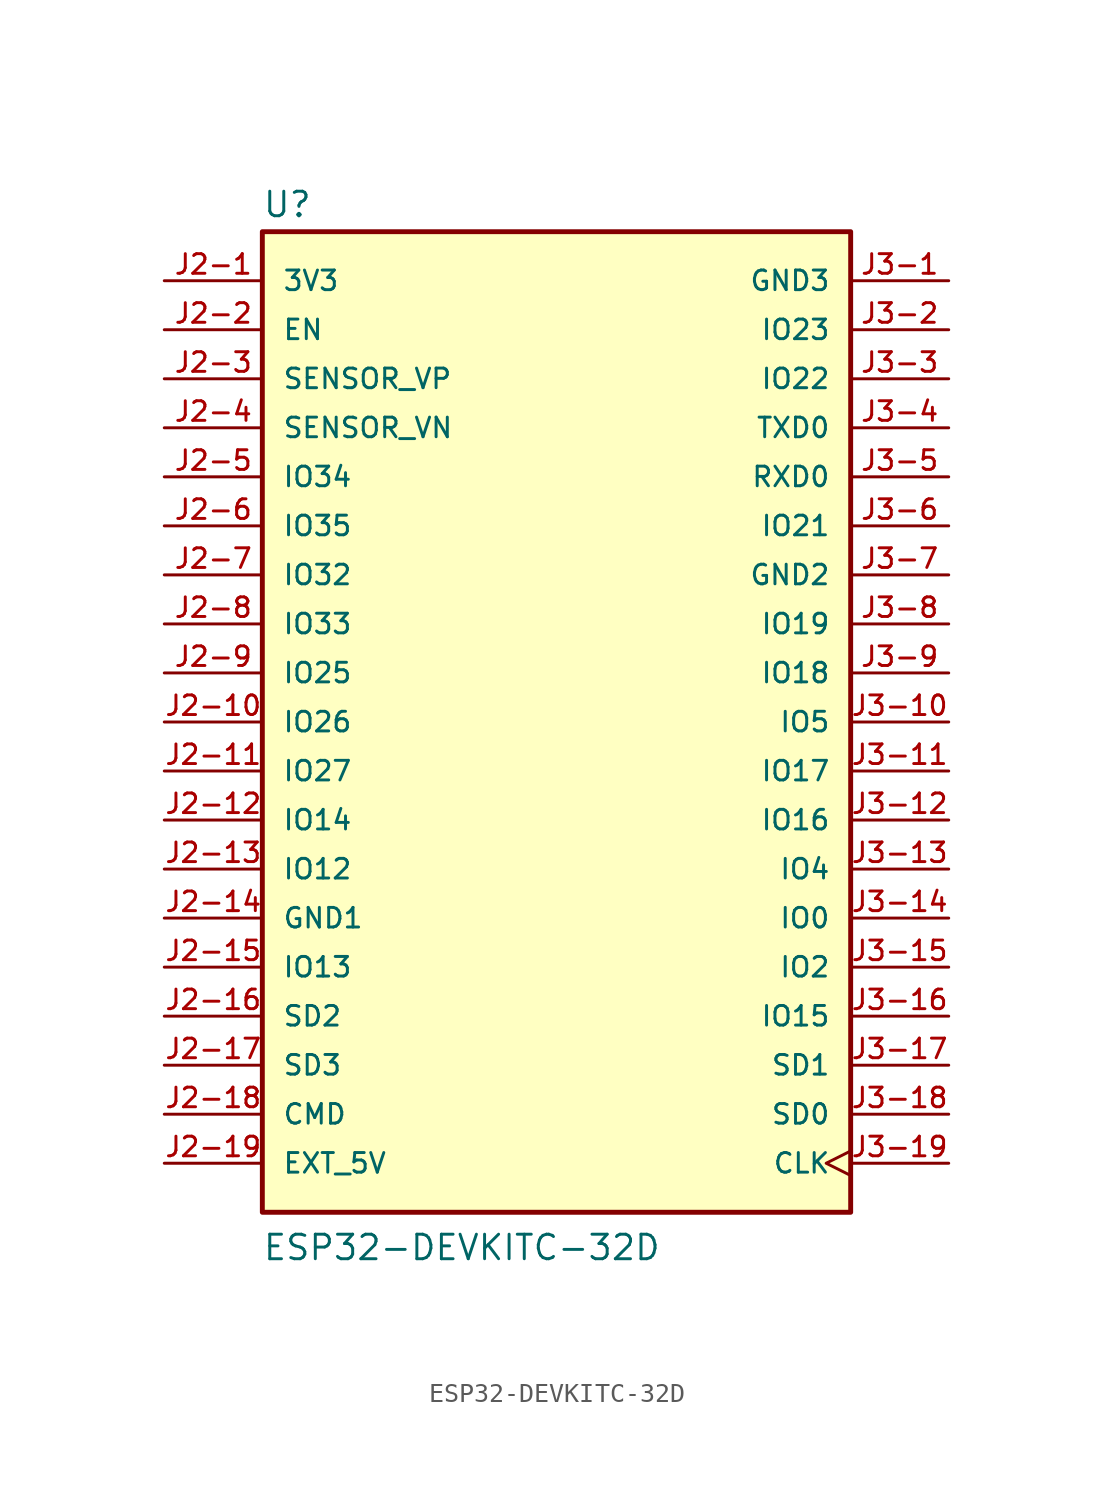
<source format=kicad_sym>
(kicad_symbol_lib
  (version 20231120)
  (generator "kicad_symbol_editor")
  (generator_version "8.0")
  (symbol "ESP32-DEVKITC-32D"
    (pin_names
      (offset 1.016))
    (property "Reference" "U"
      (at -15.257 26.064 0)
      (effects (font (size 1.27 1.27)) (justify left bottom)))
    (property "Value" "ESP32-DEVKITC-32D"
      (at -15.256 -27.97 0)
      (effects (font (size 1.27 1.27)) (justify left bottom)))
    (symbol "ESP32-DEVKITC-32D_0_0"
      (rectangle (start -15.24 25.4) (end 15.24 -25.4) (stroke (width 0.254) (type default)) (fill (type background)))
      (pin bidirectional line (at -20.32 0 0) (length 5.08) (name "IO26" (effects (font (size 1.016 1.016)))) (number "J2-10" (effects (font (size 1.016 1.016)))))
      (pin bidirectional line (at -20.32 -2.54 0) (length 5.08) (name "IO27" (effects (font (size 1.016 1.016)))) (number "J2-11" (effects (font (size 1.016 1.016)))))
      (pin bidirectional line (at -20.32 -5.08 0) (length 5.08) (name "IO14" (effects (font (size 1.016 1.016)))) (number "J2-12" (effects (font (size 1.016 1.016)))))
      (pin bidirectional line (at -20.32 -7.62 0) (length 5.08) (name "IO12" (effects (font (size 1.016 1.016)))) (number "J2-13" (effects (font (size 1.016 1.016)))))
      (pin bidirectional line (at -20.32 -12.7 0) (length 5.08) (name "IO13" (effects (font (size 1.016 1.016)))) (number "J2-15" (effects (font (size 1.016 1.016)))))
      (pin power_in line (at -20.32 -22.86 0) (length 5.08) (name "EXT_5V" (effects (font (size 1.016 1.016)))) (number "J2-19" (effects (font (size 1.016 1.016)))))
      (pin input line (at -20.32 20.32 0) (length 5.08) (name "EN" (effects (font (size 1.016 1.016)))) (number "J2-2" (effects (font (size 1.016 1.016)))))
      (pin input line (at -20.32 17.78 0) (length 5.08) (name "SENSOR_VP" (effects (font (size 1.016 1.016)))) (number "J2-3" (effects (font (size 1.016 1.016)))))
      (pin input line (at -20.32 15.24 0) (length 5.08) (name "SENSOR_VN" (effects (font (size 1.016 1.016)))) (number "J2-4" (effects (font (size 1.016 1.016)))))
      (pin bidirectional line (at -20.32 7.62 0) (length 5.08) (name "IO32" (effects (font (size 1.016 1.016)))) (number "J2-7" (effects (font (size 1.016 1.016)))))
      (pin bidirectional line (at -20.32 5.08 0) (length 5.08) (name "IO33" (effects (font (size 1.016 1.016)))) (number "J2-8" (effects (font (size 1.016 1.016)))))
      (pin bidirectional line (at -20.32 2.54 0) (length 5.08) (name "IO25" (effects (font (size 1.016 1.016)))) (number "J2-9" (effects (font (size 1.016 1.016)))))
      (pin bidirectional line (at 20.32 0 180) (length 5.08) (name "IO5" (effects (font (size 1.016 1.016)))) (number "J3-10" (effects (font (size 1.016 1.016)))))
      (pin bidirectional line (at 20.32 -2.54 180) (length 5.08) (name "IO17" (effects (font (size 1.016 1.016)))) (number "J3-11" (effects (font (size 1.016 1.016)))))
      (pin bidirectional line (at 20.32 -5.08 180) (length 5.08) (name "IO16" (effects (font (size 1.016 1.016)))) (number "J3-12" (effects (font (size 1.016 1.016)))))
      (pin bidirectional line (at 20.32 -7.62 180) (length 5.08) (name "IO4" (effects (font (size 1.016 1.016)))) (number "J3-13" (effects (font (size 1.016 1.016)))))
      (pin bidirectional line (at 20.32 -10.16 180) (length 5.08) (name "IO0" (effects (font (size 1.016 1.016)))) (number "J3-14" (effects (font (size 1.016 1.016)))))
      (pin bidirectional line (at 20.32 -12.7 180) (length 5.08) (name "IO2" (effects (font (size 1.016 1.016)))) (number "J3-15" (effects (font (size 1.016 1.016)))))
      (pin bidirectional line (at 20.32 -15.24 180) (length 5.08) (name "IO15" (effects (font (size 1.016 1.016)))) (number "J3-16" (effects (font (size 1.016 1.016)))))
      (pin bidirectional line (at 20.32 20.32 180) (length 5.08) (name "IO23" (effects (font (size 1.016 1.016)))) (number "J3-2" (effects (font (size 1.016 1.016)))))
      (pin bidirectional line (at 20.32 17.78 180) (length 5.08) (name "IO22" (effects (font (size 1.016 1.016)))) (number "J3-3" (effects (font (size 1.016 1.016)))))
      (pin output line (at 20.32 15.24 180) (length 5.08) (name "TXD0" (effects (font (size 1.016 1.016)))) (number "J3-4" (effects (font (size 1.016 1.016)))))
      (pin input line (at 20.32 12.7 180) (length 5.08) (name "RXD0" (effects (font (size 1.016 1.016)))) (number "J3-5" (effects (font (size 1.016 1.016)))))
      (pin bidirectional line (at 20.32 10.16 180) (length 5.08) (name "IO21" (effects (font (size 1.016 1.016)))) (number "J3-6" (effects (font (size 1.016 1.016))))))
    (symbol "ESP32-DEVKITC-32D_1_0"
      (pin power_out line (at -20.32 22.86 0) (length 5.08) (name "3V3" (effects (font (size 1.016 1.016)))) (number "J2-1" (effects (font (size 1.016 1.016)))))
      (pin passive line (at -20.32 -10.16 0) (length 5.08) (name "GND1" (effects (font (size 1.016 1.016)))) (number "J2-14" (effects (font (size 1.016 1.016)))))
      (pin passive line (at -20.32 -15.24 0) (length 5.08) (name "SD2" (effects (font (size 1.016 1.016)))) (number "J2-16" (effects (font (size 1.016 1.016)))))
      (pin passive line (at -20.32 -17.78 0) (length 5.08) (name "SD3" (effects (font (size 1.016 1.016)))) (number "J2-17" (effects (font (size 1.016 1.016)))))
      (pin passive line (at -20.32 -20.32 0) (length 5.08) (name "CMD" (effects (font (size 1.016 1.016)))) (number "J2-18" (effects (font (size 1.016 1.016)))))
      (pin input line (at -20.32 12.7 0) (length 5.08) (name "IO34" (effects (font (size 1.016 1.016)))) (number "J2-5" (effects (font (size 1.016 1.016)))))
      (pin input line (at -20.32 10.16 0) (length 5.08) (name "IO35" (effects (font (size 1.016 1.016)))) (number "J2-6" (effects (font (size 1.016 1.016)))))
      (pin passive line (at 20.32 22.86 180) (length 5.08) (name "GND3" (effects (font (size 1.016 1.016)))) (number "J3-1" (effects (font (size 1.016 1.016)))))
      (pin passive line (at 20.32 -17.78 180) (length 5.08) (name "SD1" (effects (font (size 1.016 1.016)))) (number "J3-17" (effects (font (size 1.016 1.016)))))
      (pin passive line (at 20.32 -20.32 180) (length 5.08) (name "SD0" (effects (font (size 1.016 1.016)))) (number "J3-18" (effects (font (size 1.016 1.016)))))
      (pin passive clock (at 20.32 -22.86 180) (length 5.08) (name "CLK" (effects (font (size 1.016 1.016)))) (number "J3-19" (effects (font (size 1.016 1.016)))))
      (pin passive line (at 20.32 7.62 180) (length 5.08) (name "GND2" (effects (font (size 1.016 1.016)))) (number "J3-7" (effects (font (size 1.016 1.016)))))
      (pin input line (at 20.32 5.08 180) (length 5.08) (name "IO19" (effects (font (size 1.016 1.016)))) (number "J3-8" (effects (font (size 1.016 1.016)))))
      (pin output line (at 20.32 2.54 180) (length 5.08) (name "IO18" (effects (font (size 1.016 1.016)))) (number "J3-9" (effects (font (size 1.016 1.016))))))))
</source>
